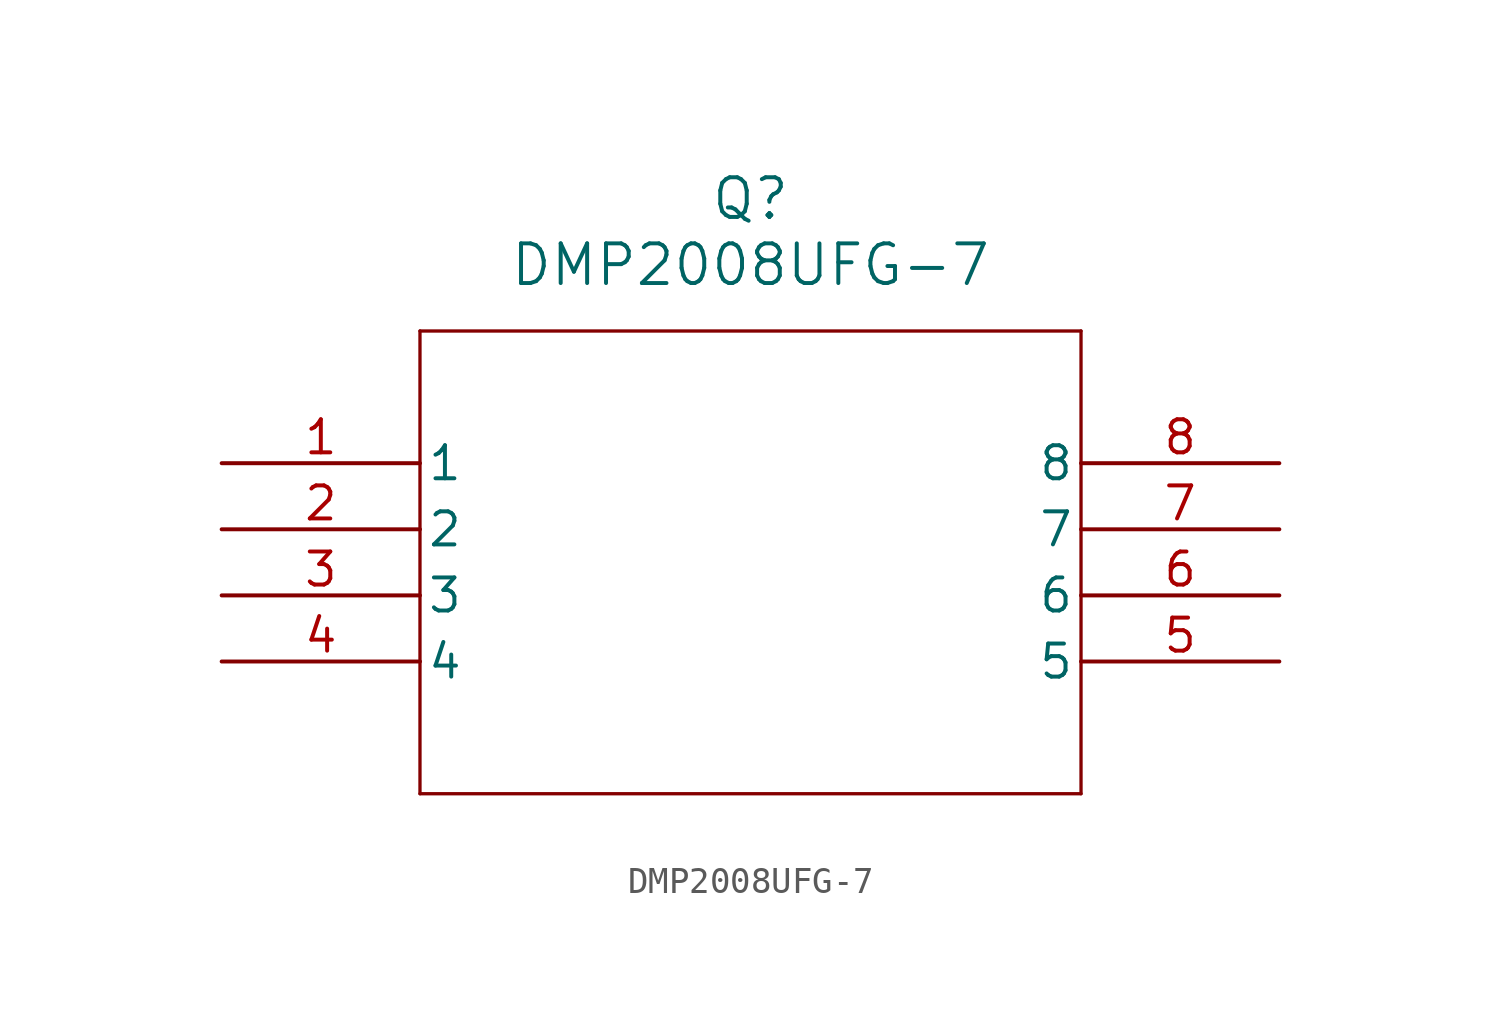
<source format=kicad_sym>
(kicad_symbol_lib
  (version 20211014)
  (generator kicad_symbol_editor)
  (symbol "DMP2008UFG-7"
    (pin_names
      (offset 0.254))
    (property "Reference" "Q"
      (at 20.32 10.16 0)
      (effects (font (size 1.524 1.524))))
    (property "Value" "DMP2008UFG-7"
      (at 20.32 7.62 0)
      (effects (font (size 1.524 1.524))))
    (symbol "DMP2008UFG-7_0_1"
      (polyline (pts (xy 7.62 5.08) (xy 7.62 -12.7)) (stroke (width 0.127) (type default) (color 0 0 0 0)) (fill (type none)))
      (polyline (pts (xy 7.62 -12.7) (xy 33.02 -12.7)) (stroke (width 0.127) (type default) (color 0 0 0 0)) (fill (type none)))
      (polyline (pts (xy 33.02 -12.7) (xy 33.02 5.08)) (stroke (width 0.127) (type default) (color 0 0 0 0)) (fill (type none)))
      (polyline (pts (xy 33.02 5.08) (xy 7.62 5.08)) (stroke (width 0.127) (type default) (color 0 0 0 0)) (fill (type none)))
      (pin unspecified line (at 0 0 0) (length 7.62) (name "1" (effects (font (size 1.27 1.27)))) (number "1" (effects (font (size 1.27 1.27)))))
      (pin unspecified line (at 0 -2.54 0) (length 7.62) (name "2" (effects (font (size 1.27 1.27)))) (number "2" (effects (font (size 1.27 1.27)))))
      (pin unspecified line (at 0 -5.08 0) (length 7.62) (name "3" (effects (font (size 1.27 1.27)))) (number "3" (effects (font (size 1.27 1.27)))))
      (pin unspecified line (at 0 -7.62 0) (length 7.62) (name "4" (effects (font (size 1.27 1.27)))) (number "4" (effects (font (size 1.27 1.27)))))
      (pin unspecified line (at 40.64 -7.62 180) (length 7.62) (name "5" (effects (font (size 1.27 1.27)))) (number "5" (effects (font (size 1.27 1.27)))))
      (pin unspecified line (at 40.64 -5.08 180) (length 7.62) (name "6" (effects (font (size 1.27 1.27)))) (number "6" (effects (font (size 1.27 1.27)))))
      (pin unspecified line (at 40.64 -2.54 180) (length 7.62) (name "7" (effects (font (size 1.27 1.27)))) (number "7" (effects (font (size 1.27 1.27)))))
      (pin unspecified line (at 40.64 0 180) (length 7.62) (name "8" (effects (font (size 1.27 1.27)))) (number "8" (effects (font (size 1.27 1.27))))))))
</source>
